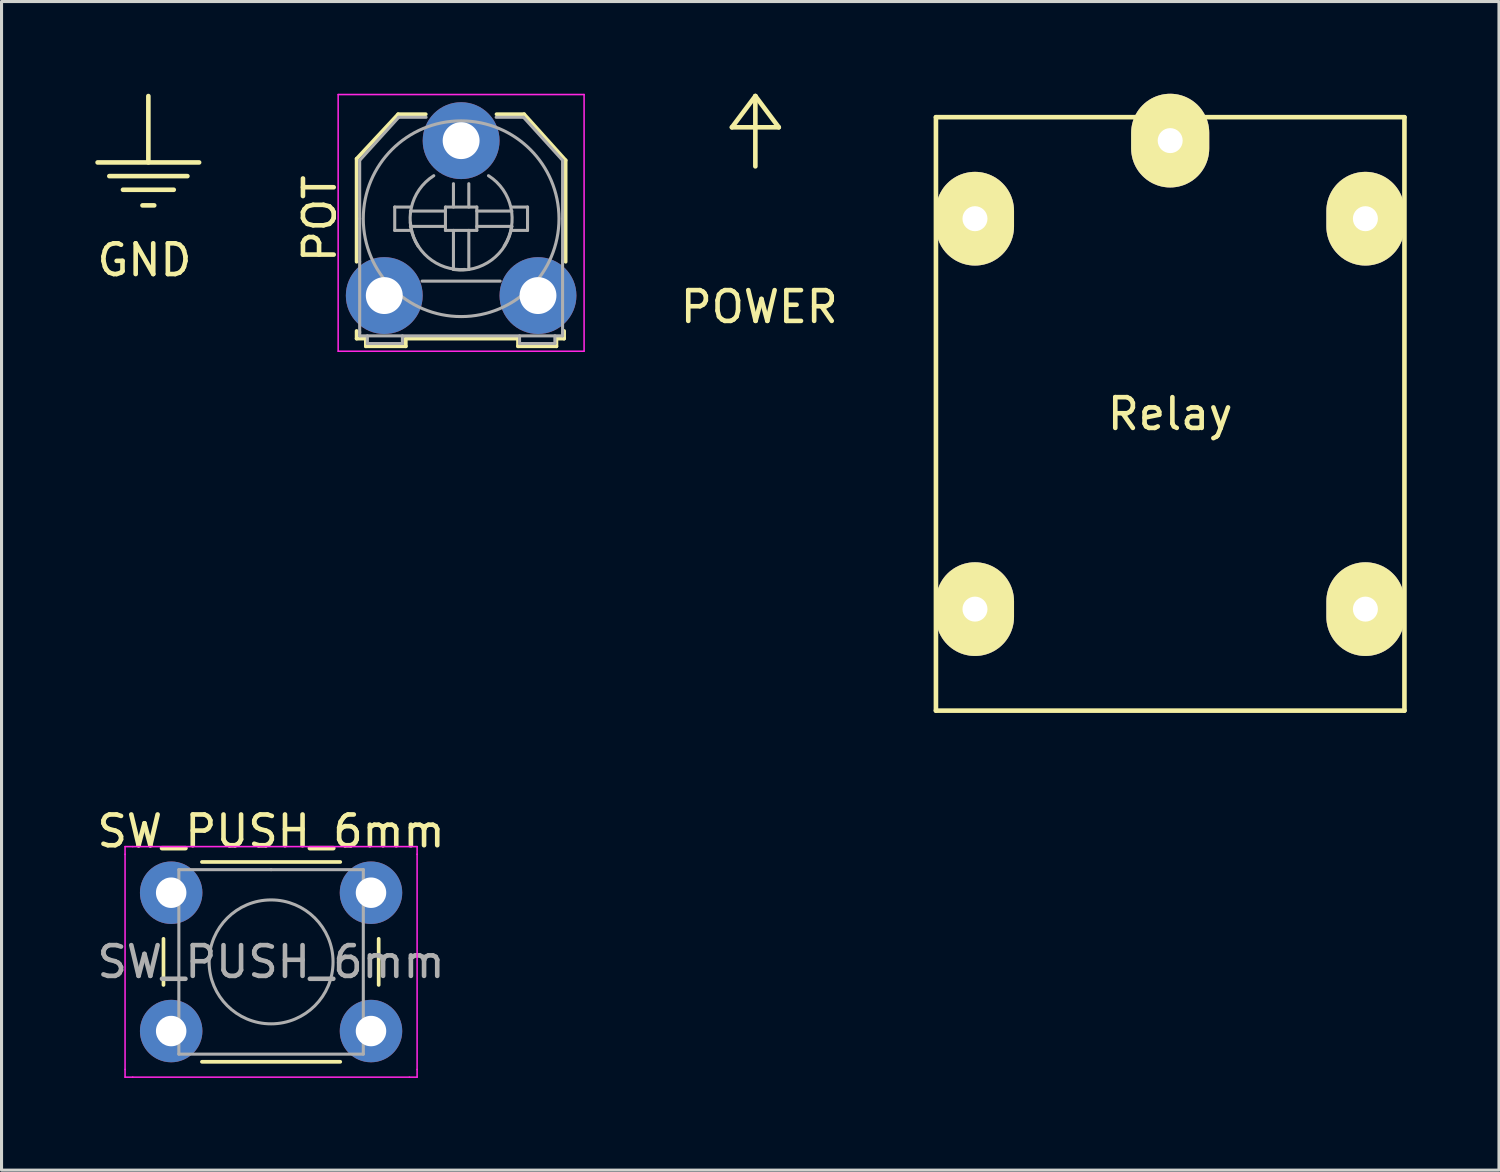
<source format=kicad_pcb>
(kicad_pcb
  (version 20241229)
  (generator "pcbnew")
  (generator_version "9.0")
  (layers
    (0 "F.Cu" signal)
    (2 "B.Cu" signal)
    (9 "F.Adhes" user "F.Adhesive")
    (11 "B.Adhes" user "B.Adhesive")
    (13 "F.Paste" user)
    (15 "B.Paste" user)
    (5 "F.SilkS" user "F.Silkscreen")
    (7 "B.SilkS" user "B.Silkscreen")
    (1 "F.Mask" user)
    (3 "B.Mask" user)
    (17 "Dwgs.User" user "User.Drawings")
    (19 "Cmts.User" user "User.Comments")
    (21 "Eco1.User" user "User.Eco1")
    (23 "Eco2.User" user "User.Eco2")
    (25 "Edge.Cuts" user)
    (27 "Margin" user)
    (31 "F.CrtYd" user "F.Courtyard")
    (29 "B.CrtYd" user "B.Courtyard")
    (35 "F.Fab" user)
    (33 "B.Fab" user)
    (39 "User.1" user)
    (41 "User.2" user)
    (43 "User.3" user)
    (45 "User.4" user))
  (footprint "POWER"
    (layer "F.Cu")
    (at 21.521 2.361)
    (property "Reference" "POWER" (at 0.127 4.572 0) (layer "F.SilkS") (effects (font (size 1 1) (thickness 0.15))))
    (attr through_hole)
    (fp_line (start -0.762 -1.27) (end 0 -2.286) (stroke (width 0.15) (type solid)) (layer "F.SilkS"))
    (fp_line (start 0 -2.286) (end 0 -1.27) (stroke (width 0.15) (type solid)) (layer "F.SilkS"))
    (fp_line (start 0 -2.286) (end 0.762 -1.27) (stroke (width 0.15) (type solid)) (layer "F.SilkS"))
    (fp_line (start 0 -1.27) (end -0.762 -1.27) (stroke (width 0.15) (type solid)) (layer "F.SilkS"))
    (fp_line (start 0 0) (end 0 -1.27) (stroke (width 0.15) (type solid)) (layer "F.SilkS"))
    (fp_line (start 0.762 -1.27) (end 0 -1.27) (stroke (width 0.15) (type solid)) (layer "F.SilkS")))
  (footprint "SW_PUSH_6mm"
    (layer "F.Cu")
    (at 2.518 25.989)
    (property "Reference" "SW_PUSH_6mm" (at 3.25 -2 0) (layer "F.SilkS") (effects (font (size 1 1) (thickness 0.15))))
    (attr through_hole)
    (fp_line (start -0.25 1.5) (end -0.25 3) (stroke (width 0.12) (type solid)) (layer "F.SilkS"))
    (fp_line (start 1 5.5) (end 5.5 5.5) (stroke (width 0.12) (type solid)) (layer "F.SilkS"))
    (fp_line (start 5.5 -1) (end 1 -1) (stroke (width 0.12) (type solid)) (layer "F.SilkS"))
    (fp_line (start 6.75 3) (end 6.75 1.5) (stroke (width 0.12) (type solid)) (layer "F.SilkS"))
    (fp_line (start -1.5 -1.5) (end -1.25 -1.5) (stroke (width 0.05) (type solid)) (layer "F.CrtYd"))
    (fp_line (start -1.5 -1.25) (end -1.5 -1.5) (stroke (width 0.05) (type solid)) (layer "F.CrtYd"))
    (fp_line (start -1.5 5.75) (end -1.5 -1.25) (stroke (width 0.05) (type solid)) (layer "F.CrtYd"))
    (fp_line (start -1.5 5.75) (end -1.5 6) (stroke (width 0.05) (type solid)) (layer "F.CrtYd"))
    (fp_line (start -1.5 6) (end -1.25 6) (stroke (width 0.05) (type solid)) (layer "F.CrtYd"))
    (fp_line (start -1.25 -1.5) (end 7.75 -1.5) (stroke (width 0.05) (type solid)) (layer "F.CrtYd"))
    (fp_line (start 7.75 -1.5) (end 8 -1.5) (stroke (width 0.05) (type solid)) (layer "F.CrtYd"))
    (fp_line (start 7.75 6) (end -1.25 6) (stroke (width 0.05) (type solid)) (layer "F.CrtYd"))
    (fp_line (start 7.75 6) (end 8 6) (stroke (width 0.05) (type solid)) (layer "F.CrtYd"))
    (fp_line (start 8 -1.5) (end 8 -1.25) (stroke (width 0.05) (type solid)) (layer "F.CrtYd"))
    (fp_line (start 8 -1.25) (end 8 5.75) (stroke (width 0.05) (type solid)) (layer "F.CrtYd"))
    (fp_line (start 8 6) (end 8 5.75) (stroke (width 0.05) (type solid)) (layer "F.CrtYd"))
    (fp_line (start 0.25 -0.75) (end 3.25 -0.75) (stroke (width 0.1) (type solid)) (layer "F.Fab"))
    (fp_line (start 0.25 5.25) (end 0.25 -0.75) (stroke (width 0.1) (type solid)) (layer "F.Fab"))
    (fp_line (start 3.25 -0.75) (end 6.25 -0.75) (stroke (width 0.1) (type solid)) (layer "F.Fab"))
    (fp_line (start 6.25 -0.75) (end 6.25 5.25) (stroke (width 0.1) (type solid)) (layer "F.Fab"))
    (fp_line (start 6.25 5.25) (end 0.25 5.25) (stroke (width 0.1) (type solid)) (layer "F.Fab"))
    (fp_circle (center 3.25 2.25) (end 1.25 2.5) (stroke (width 0.1) (type solid)) (fill no) (layer "F.Fab"))
    (fp_text user "${REFERENCE}" (at 3.25 2.25 0) (layer "F.Fab") (effects (font (size 1 1) (thickness 0.15))))
    (pad "1" thru_hole circle (at 0 0 90) (size 2.032 2.032) (drill 0.991) (layers "*.Cu" "*.Mask"))
    (pad "1" thru_hole circle (at 6.5 0 90) (size 2.032 2.032) (drill 0.991) (layers "*.Cu" "*.Mask"))
    (pad "2" thru_hole circle (at 0 4.5 90) (size 2.032 2.032) (drill 0.991) (layers "*.Cu" "*.Mask"))
    (pad "2" thru_hole circle (at 6.5 4.5 90) (size 2.032 2.032) (drill 0.991) (layers "*.Cu" "*.Mask")))
  (footprint "GND"
    (layer "F.Cu")
    (at 1.776 2.234)
    (property "Reference" "GND" (at -0.127 3.175 0) (layer "F.SilkS") (effects (font (size 1 1) (thickness 0.15))))
    (attr through_hole)
    (fp_line (start -1.651 0) (end 1.651 0) (stroke (width 0.15) (type solid)) (layer "F.SilkS"))
    (fp_line (start -1.27 0.445) (end 1.27 0.445) (stroke (width 0.15) (type solid)) (layer "F.SilkS"))
    (fp_line (start -0.826 0.889) (end 0.826 0.889) (stroke (width 0.15) (type solid)) (layer "F.SilkS"))
    (fp_line (start -0.191 1.397) (end 0.191 1.397) (stroke (width 0.15) (type solid)) (layer "F.SilkS"))
    (fp_line (start 0 0) (end 0 -2.159) (stroke (width 0.15) (type solid)) (layer "F.SilkS")))
  (footprint "POT"
    (layer "F.Cu")
    (at 9.45 6.565)
    (property "Reference" "POT" (at -2.1 -2.5 90) (layer "F.SilkS") (effects (font (size 1 1) (thickness 0.15))))
    (attr through_hole)
    (fp_line (start -0.9 -4.45) (end 0.45 -5.9) (stroke (width 0.12) (type solid)) (layer "F.SilkS"))
    (fp_line (start -0.9 -1.1) (end -0.9 -4.45) (stroke (width 0.12) (type solid)) (layer "F.SilkS"))
    (fp_line (start -0.9 1.4) (end -0.9 1.15) (stroke (width 0.12) (type solid)) (layer "F.SilkS"))
    (fp_line (start -0.6 1.4) (end -0.9 1.4) (stroke (width 0.12) (type solid)) (layer "F.SilkS"))
    (fp_line (start -0.6 1.65) (end -0.6 1.4) (stroke (width 0.12) (type solid)) (layer "F.SilkS"))
    (fp_line (start 0.45 -5.9) (end 1.35 -5.9) (stroke (width 0.12) (type solid)) (layer "F.SilkS"))
    (fp_line (start 0.7 1.4) (end 0.7 1.65) (stroke (width 0.12) (type solid)) (layer "F.SilkS"))
    (fp_line (start 0.7 1.65) (end -0.6 1.65) (stroke (width 0.12) (type solid)) (layer "F.SilkS"))
    (fp_line (start 3.65 -5.9) (end 4.55 -5.9) (stroke (width 0.12) (type solid)) (layer "F.SilkS"))
    (fp_line (start 4.35 1.4) (end 0.7 1.4) (stroke (width 0.12) (type solid)) (layer "F.SilkS"))
    (fp_line (start 4.35 1.65) (end 4.35 1.4) (stroke (width 0.12) (type solid)) (layer "F.SilkS"))
    (fp_line (start 4.55 -5.9) (end 5.9 -4.4) (stroke (width 0.12) (type solid)) (layer "F.SilkS"))
    (fp_line (start 5.6 1.4) (end 5.6 1.65) (stroke (width 0.12) (type solid)) (layer "F.SilkS"))
    (fp_line (start 5.6 1.65) (end 4.35 1.65) (stroke (width 0.12) (type solid)) (layer "F.SilkS"))
    (fp_line (start 5.85 1.15) (end 5.85 1.4) (stroke (width 0.12) (type solid)) (layer "F.SilkS"))
    (fp_line (start 5.85 1.4) (end 5.6 1.4) (stroke (width 0.12) (type solid)) (layer "F.SilkS"))
    (fp_line (start 5.9 -4.4) (end 5.9 -1.1) (stroke (width 0.12) (type solid)) (layer "F.SilkS"))
    (fp_line (start -1.5 -6.54) (end -1.5 1.81) (stroke (width 0.05) (type solid)) (layer "F.CrtYd"))
    (fp_line (start -1.5 -6.54) (end 6.5 -6.54) (stroke (width 0.05) (type solid)) (layer "F.CrtYd"))
    (fp_line (start 6.5 1.81) (end -1.5 1.81) (stroke (width 0.05) (type solid)) (layer "F.CrtYd"))
    (fp_line (start 6.5 1.81) (end 6.5 -6.54) (stroke (width 0.05) (type solid)) (layer "F.CrtYd"))
    (fp_line (start -0.8 -4.4) (end -0.8 -2.5) (stroke (width 0.1) (type solid)) (layer "F.Fab"))
    (fp_line (start -0.8 -2.5) (end -0.8 -1.1) (stroke (width 0.1) (type solid)) (layer "F.Fab"))
    (fp_line (start -0.8 -1.1) (end -0.8 1.2) (stroke (width 0.1) (type solid)) (layer "F.Fab"))
    (fp_line (start -0.8 1.31) (end -0.8 1.18) (stroke (width 0.1) (type solid)) (layer "F.Fab"))
    (fp_line (start -0.8 1.31) (end 5.8 1.31) (stroke (width 0.1) (type solid)) (layer "F.Fab"))
    (fp_line (start -0.55 1.31) (end -0.55 1.56) (stroke (width 0.1) (type solid)) (layer "F.Fab"))
    (fp_line (start -0.55 1.56) (end 0.59 1.56) (stroke (width 0.1) (type solid)) (layer "F.Fab"))
    (fp_line (start 0.34 -2.88) (end 0.34 -2.12) (stroke (width 0.1) (type solid)) (layer "F.Fab"))
    (fp_line (start 0.34 -2.12) (end 0.85 -2.12) (stroke (width 0.1) (type solid)) (layer "F.Fab"))
    (fp_line (start 0.47 -5.8) (end -0.8 -4.4) (stroke (width 0.1) (type solid)) (layer "F.Fab"))
    (fp_line (start 0.59 1.56) (end 0.59 1.31) (stroke (width 0.1) (type solid)) (layer "F.Fab"))
    (fp_line (start 0.85 -2.88) (end 0.34 -2.88) (stroke (width 0.1) (type solid)) (layer "F.Fab"))
    (fp_line (start 1.23 -0.47) (end 3.77 -0.47) (stroke (width 0.1) (type solid)) (layer "F.Fab"))
    (fp_line (start 1.36 -5.8) (end 0.47 -5.8) (stroke (width 0.1) (type solid)) (layer "F.Fab"))
    (fp_line (start 1.99 -2.88) (end 1.99 -2.12) (stroke (width 0.1) (type solid)) (layer "F.Fab"))
    (fp_line (start 1.99 -2.75) (end 0.85 -2.75) (stroke (width 0.1) (type solid)) (layer "F.Fab"))
    (fp_line (start 1.99 -2.25) (end 0.85 -2.25) (stroke (width 0.1) (type solid)) (layer "F.Fab"))
    (fp_line (start 1.99 -2.12) (end 3.01 -2.12) (stroke (width 0.1) (type solid)) (layer "F.Fab"))
    (fp_line (start 2.25 -2.88) (end 2.25 -3.64) (stroke (width 0.1) (type solid)) (layer "F.Fab"))
    (fp_line (start 2.25 -2.12) (end 2.25 -0.85) (stroke (width 0.1) (type solid)) (layer "F.Fab"))
    (fp_line (start 2.75 -2.88) (end 2.75 -3.64) (stroke (width 0.1) (type solid)) (layer "F.Fab"))
    (fp_line (start 2.75 -2.12) (end 2.75 -0.85) (stroke (width 0.1) (type solid)) (layer "F.Fab"))
    (fp_line (start 3.01 -2.88) (end 1.99 -2.88) (stroke (width 0.1) (type solid)) (layer "F.Fab"))
    (fp_line (start 3.01 -2.75) (end 4.15 -2.75) (stroke (width 0.1) (type solid)) (layer "F.Fab"))
    (fp_line (start 3.01 -2.25) (end 4.15 -2.25) (stroke (width 0.1) (type solid)) (layer "F.Fab"))
    (fp_line (start 3.01 -2.12) (end 3.01 -2.88) (stroke (width 0.1) (type solid)) (layer "F.Fab"))
    (fp_line (start 4.15 -2.88) (end 4.66 -2.88) (stroke (width 0.1) (type solid)) (layer "F.Fab"))
    (fp_line (start 4.4 1.56) (end 4.4 1.31) (stroke (width 0.1) (type solid)) (layer "F.Fab"))
    (fp_line (start 4.53 -5.8) (end 3.64 -5.8) (stroke (width 0.1) (type solid)) (layer "F.Fab"))
    (fp_line (start 4.53 -5.8) (end 5.8 -4.4) (stroke (width 0.1) (type solid)) (layer "F.Fab"))
    (fp_line (start 4.66 -2.88) (end 4.66 -2.12) (stroke (width 0.1) (type solid)) (layer "F.Fab"))
    (fp_line (start 4.66 -2.12) (end 4.15 -2.12) (stroke (width 0.1) (type solid)) (layer "F.Fab"))
    (fp_line (start 5.55 1.31) (end 5.55 1.56) (stroke (width 0.1) (type solid)) (layer "F.Fab"))
    (fp_line (start 5.55 1.56) (end 4.4 1.56) (stroke (width 0.1) (type solid)) (layer "F.Fab"))
    (fp_line (start 5.8 -4.4) (end 5.8 -2.5) (stroke (width 0.1) (type solid)) (layer "F.Fab"))
    (fp_line (start 5.8 -2.5) (end 5.8 -1.1) (stroke (width 0.1) (type solid)) (layer "F.Fab"))
    (fp_line (start 5.8 1.2) (end 5.8 -1.15) (stroke (width 0.1) (type solid)) (layer "F.Fab"))
    (fp_line (start 5.8 1.31) (end 5.8 1.18) (stroke (width 0.1) (type solid)) (layer "F.Fab"))
    (fp_arc (start 1.1 -1.61) (mid 0.880725 -2.860624) (end 1.61 -3.9) (stroke (width 0.1) (type solid)) (layer "F.Fab"))
    (fp_arc (start 2.63 -0.85) (mid 1.425198 -1.24135) (end 0.85 -2.37) (stroke (width 0.1) (type solid)) (layer "F.Fab"))
    (fp_arc (start 3.39 -3.9) (mid 4.119275 -2.860624) (end 3.9 -1.61) (stroke (width 0.1) (type solid)) (layer "F.Fab"))
    (fp_arc (start 4.15 -2.25) (mid 3.489949 -1.156497) (end 2.25 -0.85) (stroke (width 0.1) (type solid)) (layer "F.Fab"))
    (fp_circle (center 2.5 -2.5) (end 4.7 -0.2) (stroke (width 0.1) (type solid)) (fill no) (layer "F.Fab"))
    (pad "1" thru_hole circle (at 0 0) (size 2.5 2.5) (drill 1.2) (layers "*.Cu" "*.Mask"))
    (pad "2" thru_hole circle (at 2.5 -5.04) (size 2.5 2.5) (drill 1.2) (layers "*.Cu" "*.Mask"))
    (pad "3" thru_hole circle (at 5 0) (size 2.5 2.5) (drill 1.2) (layers "*.Cu" "*.Mask")))
  (footprint "Relay"
    (layer "F.Cu")
    (at 35.015 10.414)
    (property "Reference" "Relay" (at 0 0 0) (layer "F.SilkS") (effects (font (size 1 1) (thickness 0.15))))
    (attr through_hole)
    (fp_line (start -7.62 -9.652) (end -7.62 9.652) (stroke (width 0.15) (type solid)) (layer "F.SilkS"))
    (fp_line (start -7.62 -9.652) (end 7.62 -9.652) (stroke (width 0.15) (type solid)) (layer "F.SilkS"))
    (fp_line (start -7.62 9.652) (end 7.62 9.652) (stroke (width 0.15) (type solid)) (layer "F.SilkS"))
    (fp_line (start 7.62 -9.652) (end 7.62 9.652) (stroke (width 0.15) (type solid)) (layer "F.SilkS"))
    (pad "1" thru_hole oval (at 6.35 -6.35) (size 2.54 3.048) (drill 0.813) (layers "*.Cu" "*.Mask" "F.SilkS"))
    (pad "2" thru_hole oval (at 0 -8.89) (size 2.54 3.048) (drill 0.813) (layers "*.Cu" "*.Mask" "F.SilkS"))
    (pad "3" thru_hole oval (at -6.35 -6.35) (size 2.54 3.048) (drill 0.813) (layers "*.Cu" "*.Mask" "F.SilkS"))
    (pad "4" thru_hole oval (at -6.35 6.35) (size 2.54 3.048) (drill 0.813) (layers "*.Cu" "*.Mask" "F.SilkS"))
    (pad "5" thru_hole oval (at 6.35 6.35) (size 2.54 3.048) (drill 0.813) (layers "*.Cu" "*.Mask" "F.SilkS")))
  (gr_rect
    (start -3 -3)
    (end 45.71 35.014)
    (stroke (width 0.1) (type default))
    (fill no)
    (layer "Edge.Cuts")))
</source>
